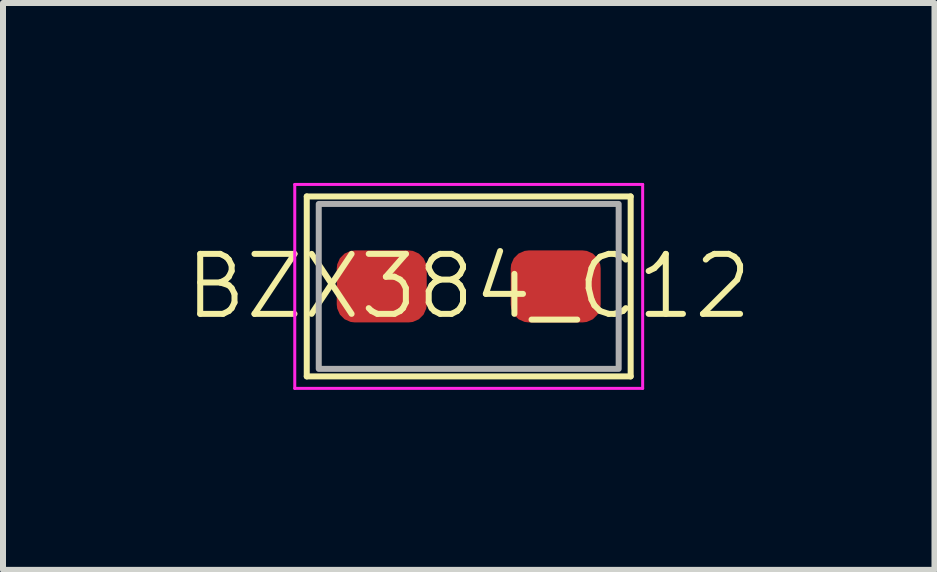
<source format=kicad_pcb>
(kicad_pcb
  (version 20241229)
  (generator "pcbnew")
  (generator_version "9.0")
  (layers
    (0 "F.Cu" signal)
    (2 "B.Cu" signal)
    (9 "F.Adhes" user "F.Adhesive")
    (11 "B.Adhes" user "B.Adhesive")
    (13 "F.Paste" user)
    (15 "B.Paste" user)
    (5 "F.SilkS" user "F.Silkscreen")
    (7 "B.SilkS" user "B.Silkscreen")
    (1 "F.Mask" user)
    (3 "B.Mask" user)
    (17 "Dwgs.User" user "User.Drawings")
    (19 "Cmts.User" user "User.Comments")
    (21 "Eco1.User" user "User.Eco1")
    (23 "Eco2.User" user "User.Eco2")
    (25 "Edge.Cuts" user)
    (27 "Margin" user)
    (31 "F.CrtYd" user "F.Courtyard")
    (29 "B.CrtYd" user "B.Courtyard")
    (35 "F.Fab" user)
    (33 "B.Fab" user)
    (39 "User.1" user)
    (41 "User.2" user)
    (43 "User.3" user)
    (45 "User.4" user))
  (footprint "BZX384_C12"
    (layer "F.Cu")
    (at 4.764 1.725)
    (property "Reference" "BZX384_C12" (at 0 0 0) (unlocked yes) (layer "F.SilkS") (effects (font (size 1 1) (thickness 0.1))))
    (attr smd)
    (fp_line (start -2.7 -1.5) (end 2.7 -1.5) (stroke (width 0.1) (type default)) (layer "F.SilkS"))
    (fp_line (start -2.7 1.5) (end -2.7 -1.5) (stroke (width 0.1) (type default)) (layer "F.SilkS"))
    (fp_line (start 2.7 -1.5) (end 2.7 1.5) (stroke (width 0.1) (type default)) (layer "F.SilkS"))
    (fp_line (start 2.7 1.5) (end -2.7 1.5) (stroke (width 0.1) (type default)) (layer "F.SilkS"))
    (fp_line (start -2.9 -1.7) (end 2.9 -1.7) (stroke (width 0.05) (type default)) (layer "F.CrtYd"))
    (fp_line (start -2.9 1.7) (end -2.9 -1.7) (stroke (width 0.05) (type default)) (layer "F.CrtYd"))
    (fp_line (start 2.9 -1.7) (end 2.9 1.7) (stroke (width 0.05) (type default)) (layer "F.CrtYd"))
    (fp_line (start 2.9 1.7) (end -2.9 1.7) (stroke (width 0.05) (type default)) (layer "F.CrtYd"))
    (fp_rect (start -2.5 -1.375) (end 2.5 1.375) (stroke (width 0.1) (type default)) (fill no) (layer "F.Fab"))
    (pad "1" smd roundrect (at -1.45 0) (size 1.5 1.2) (layers "F.Cu" "F.Mask" "F.Paste") (roundrect_rratio 0.25))
    (pad "2" smd roundrect (at 1.45 0) (size 1.5 1.2) (layers "F.Cu" "F.Mask" "F.Paste") (roundrect_rratio 0.25)))
  (gr_rect
    (start -3 -3)
    (end 12.529 6.45)
    (stroke (width 0.1) (type default))
    (fill no)
    (layer "Edge.Cuts")))
</source>
